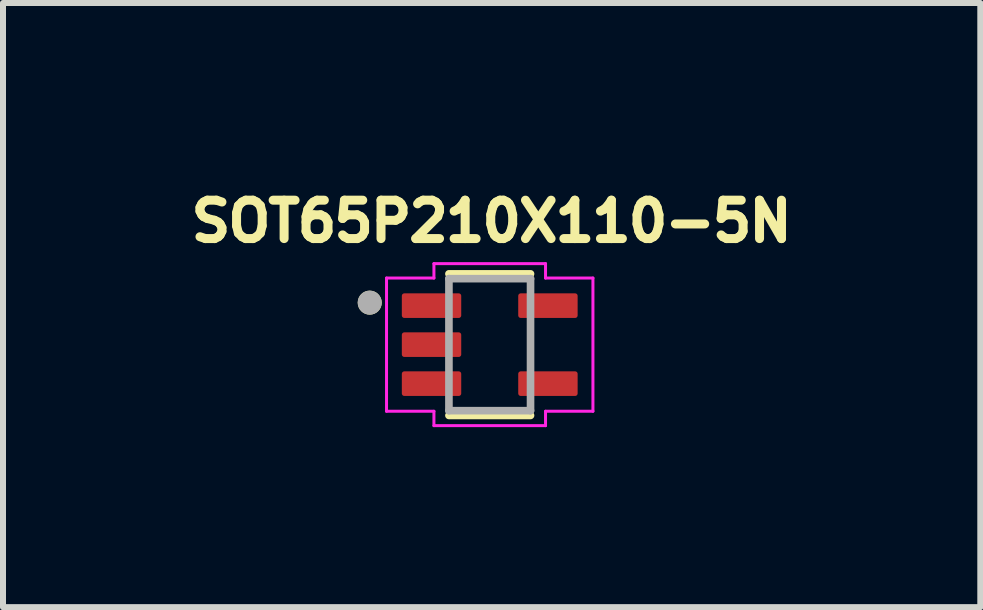
<source format=kicad_pcb>
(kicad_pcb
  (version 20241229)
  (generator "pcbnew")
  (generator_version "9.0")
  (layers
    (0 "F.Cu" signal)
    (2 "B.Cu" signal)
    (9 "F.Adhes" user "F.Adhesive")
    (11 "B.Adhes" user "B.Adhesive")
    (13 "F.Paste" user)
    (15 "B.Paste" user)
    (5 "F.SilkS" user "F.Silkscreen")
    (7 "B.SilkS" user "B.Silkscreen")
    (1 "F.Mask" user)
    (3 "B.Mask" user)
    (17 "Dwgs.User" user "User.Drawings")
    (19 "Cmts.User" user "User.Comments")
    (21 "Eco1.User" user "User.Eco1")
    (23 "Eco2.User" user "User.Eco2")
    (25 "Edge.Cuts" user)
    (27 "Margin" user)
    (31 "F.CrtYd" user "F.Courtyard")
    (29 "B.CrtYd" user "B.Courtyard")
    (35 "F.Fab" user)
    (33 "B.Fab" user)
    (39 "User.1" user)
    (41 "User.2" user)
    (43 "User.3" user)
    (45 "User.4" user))
  (footprint "SOT65P210X110-5N"
    (layer "F.Cu")
    (at 5.112 2.694)
    (property "Reference" "SOT65P210X110-5N" (at 0.032 -2.056 0) (layer "F.SilkS") (effects (font (size 0.64 0.64) (thickness 0.15))))
    (attr through_hole)
    (fp_line (start -0.68 1.18) (end 0.68 1.18) (stroke (width 0.127) (type solid)) (layer "F.SilkS"))
    (fp_line (start 0.68 -1.18) (end -0.68 -1.18) (stroke (width 0.127) (type solid)) (layer "F.SilkS"))
    (fp_circle (center -2 -0.7) (end -1.9 -0.7) (stroke (width 0.2) (type solid)) (fill no) (layer "F.SilkS"))
    (fp_line (start -1.72 -1.11) (end -0.93 -1.11) (stroke (width 0.05) (type solid)) (layer "F.CrtYd"))
    (fp_line (start -1.72 1.11) (end -1.72 -1.11) (stroke (width 0.05) (type solid)) (layer "F.CrtYd"))
    (fp_line (start -0.93 -1.35) (end 0.93 -1.35) (stroke (width 0.05) (type solid)) (layer "F.CrtYd"))
    (fp_line (start -0.93 -1.11) (end -0.93 -1.35) (stroke (width 0.05) (type solid)) (layer "F.CrtYd"))
    (fp_line (start -0.93 1.11) (end -1.72 1.11) (stroke (width 0.05) (type solid)) (layer "F.CrtYd"))
    (fp_line (start -0.93 1.35) (end -0.93 1.11) (stroke (width 0.05) (type solid)) (layer "F.CrtYd"))
    (fp_line (start 0.93 -1.35) (end 0.93 -1.11) (stroke (width 0.05) (type solid)) (layer "F.CrtYd"))
    (fp_line (start 0.93 -1.11) (end 1.72 -1.11) (stroke (width 0.05) (type solid)) (layer "F.CrtYd"))
    (fp_line (start 0.93 1.11) (end 0.93 1.35) (stroke (width 0.05) (type solid)) (layer "F.CrtYd"))
    (fp_line (start 0.93 1.35) (end -0.93 1.35) (stroke (width 0.05) (type solid)) (layer "F.CrtYd"))
    (fp_line (start 1.72 -1.11) (end 1.72 1.11) (stroke (width 0.05) (type solid)) (layer "F.CrtYd"))
    (fp_line (start 1.72 1.11) (end 0.93 1.11) (stroke (width 0.05) (type solid)) (layer "F.CrtYd"))
    (fp_line (start -0.68 -1.1) (end -0.68 1.1) (stroke (width 0.127) (type solid)) (layer "F.Fab"))
    (fp_line (start -0.68 1.1) (end 0.68 1.1) (stroke (width 0.127) (type solid)) (layer "F.Fab"))
    (fp_line (start 0.68 -1.1) (end -0.68 -1.1) (stroke (width 0.127) (type solid)) (layer "F.Fab"))
    (fp_line (start 0.68 1.1) (end 0.68 -1.1) (stroke (width 0.127) (type solid)) (layer "F.Fab"))
    (fp_circle (center -2 -0.7) (end -1.9 -0.7) (stroke (width 0.2) (type solid)) (fill no) (layer "F.Fab"))
    (pad "1" smd roundrect (at -0.97 -0.65) (size 0.99 0.41) (layers "F.Cu" "F.Mask" "F.Paste") (roundrect_rratio 0.1))
    (pad "2" smd roundrect (at -0.97 0) (size 0.99 0.41) (layers "F.Cu" "F.Mask" "F.Paste") (roundrect_rratio 0.1))
    (pad "3" smd roundrect (at -0.97 0.65) (size 0.99 0.41) (layers "F.Cu" "F.Mask" "F.Paste") (roundrect_rratio 0.1))
    (pad "4" smd roundrect (at 0.97 0.65) (size 0.99 0.41) (layers "F.Cu" "F.Mask" "F.Paste") (roundrect_rratio 0.1))
    (pad "5" smd roundrect (at 0.97 -0.65) (size 0.99 0.41) (layers "F.Cu" "F.Mask" "F.Paste") (roundrect_rratio 0.1)))
  (gr_rect
    (start -3 -3)
    (end 13.288 7.069)
    (stroke (width 0.1) (type default))
    (fill no)
    (layer "Edge.Cuts")))
</source>
